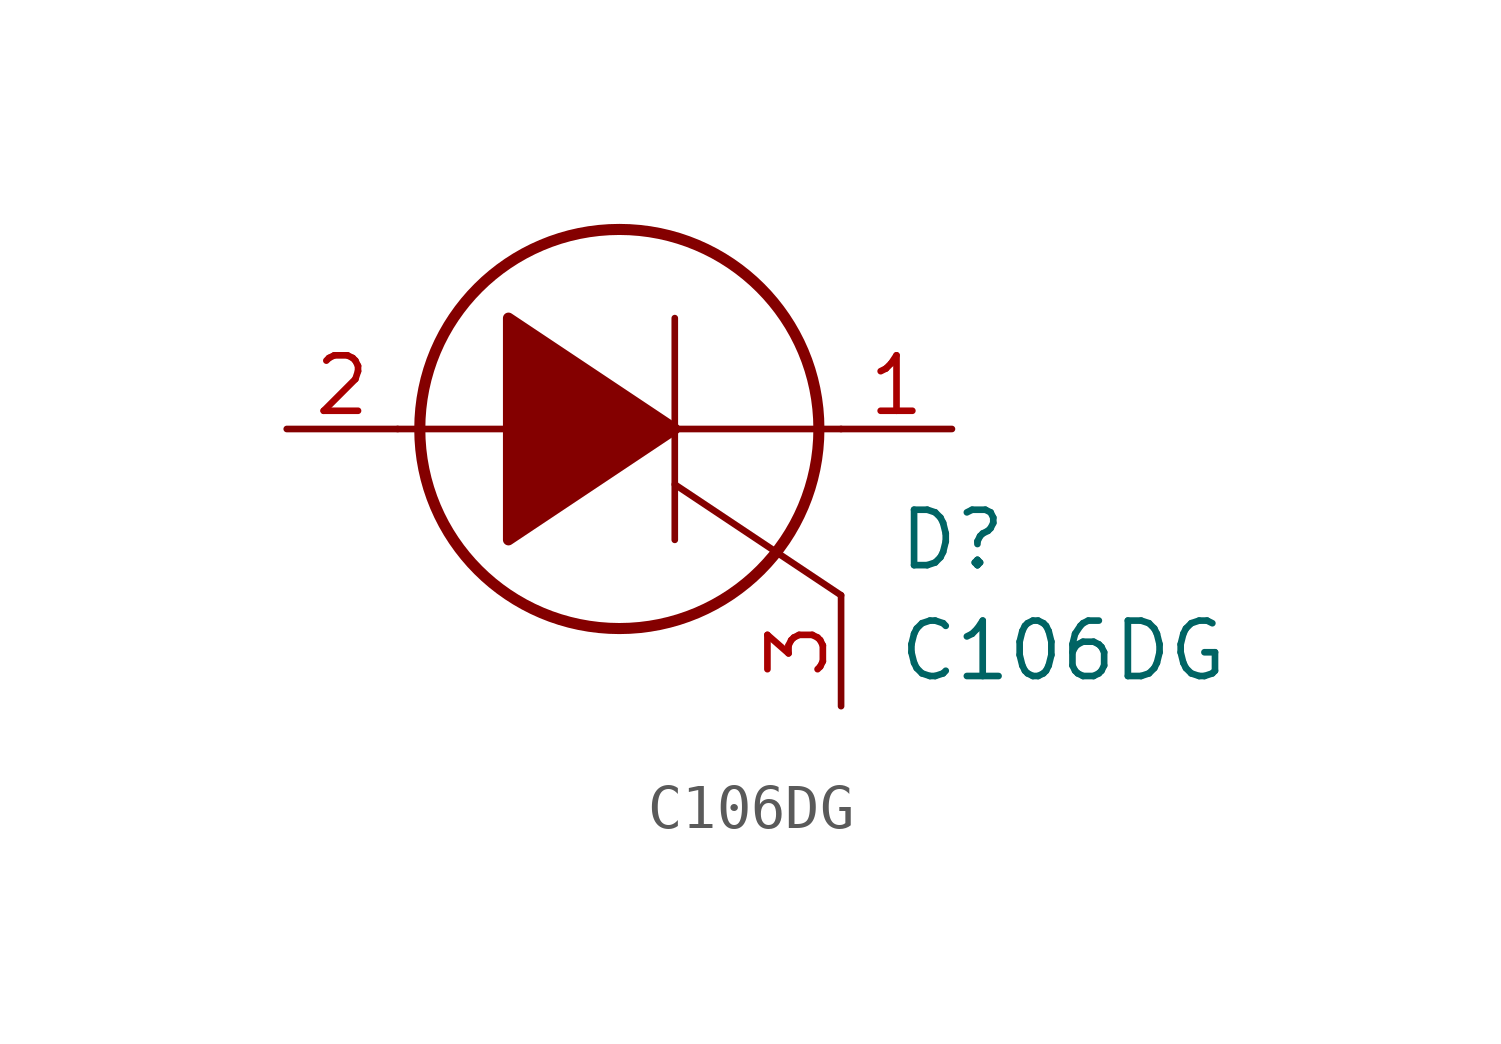
<source format=kicad_sym>
(kicad_symbol_lib
  (version 20220914)
  (generator kicad_symbol_editor)
  (symbol "C106DG"
    (pin_names
      (offset 0.762))
    (property "Reference" "D"
      (at 13.97 -2.54 0)
      (effects (font (size 1.27 1.27)) (justify left)))
    (property "Value" "C106DG"
      (at 13.97 -5.08 0)
      (effects (font (size 1.27 1.27)) (justify left)))
    (symbol "C106DG_0_0"
      (pin passive line (at 15.24 0 180) (length 2.54) (name "~" (effects (font (size 1.27 1.27)))) (number "1" (effects (font (size 1.27 1.27)))))
      (pin passive line (at 0 0 0) (length 2.54) (name "~" (effects (font (size 1.27 1.27)))) (number "2" (effects (font (size 1.27 1.27)))))
      (pin passive line (at 12.7 -6.35 90) (length 2.54) (name "~" (effects (font (size 1.27 1.27)))) (number "3" (effects (font (size 1.27 1.27))))))
    (symbol "C106DG_0_1"
      (polyline (pts (xy 2.54 0) (xy 5.08 0)) (stroke (width 0.152) (type solid)) (fill (type none)))
      (polyline (pts (xy 8.89 -2.54) (xy 8.89 2.54)) (stroke (width 0.152) (type solid)) (fill (type none)))
      (polyline (pts (xy 8.89 -1.27) (xy 12.7 -3.81)) (stroke (width 0.152) (type solid)) (fill (type none)))
      (polyline (pts (xy 8.89 0) (xy 12.7 0)) (stroke (width 0.152) (type solid)) (fill (type none)))
      (polyline (pts (xy 8.89 0) (xy 5.08 2.54) (xy 5.08 -2.54) (xy 8.89 0)) (stroke (width 0.254) (type solid)) (fill (type outline)))
      (circle (center 7.62 0) (radius 4.572) (stroke (width 0.254) (type solid)) (fill (type none))))))
</source>
